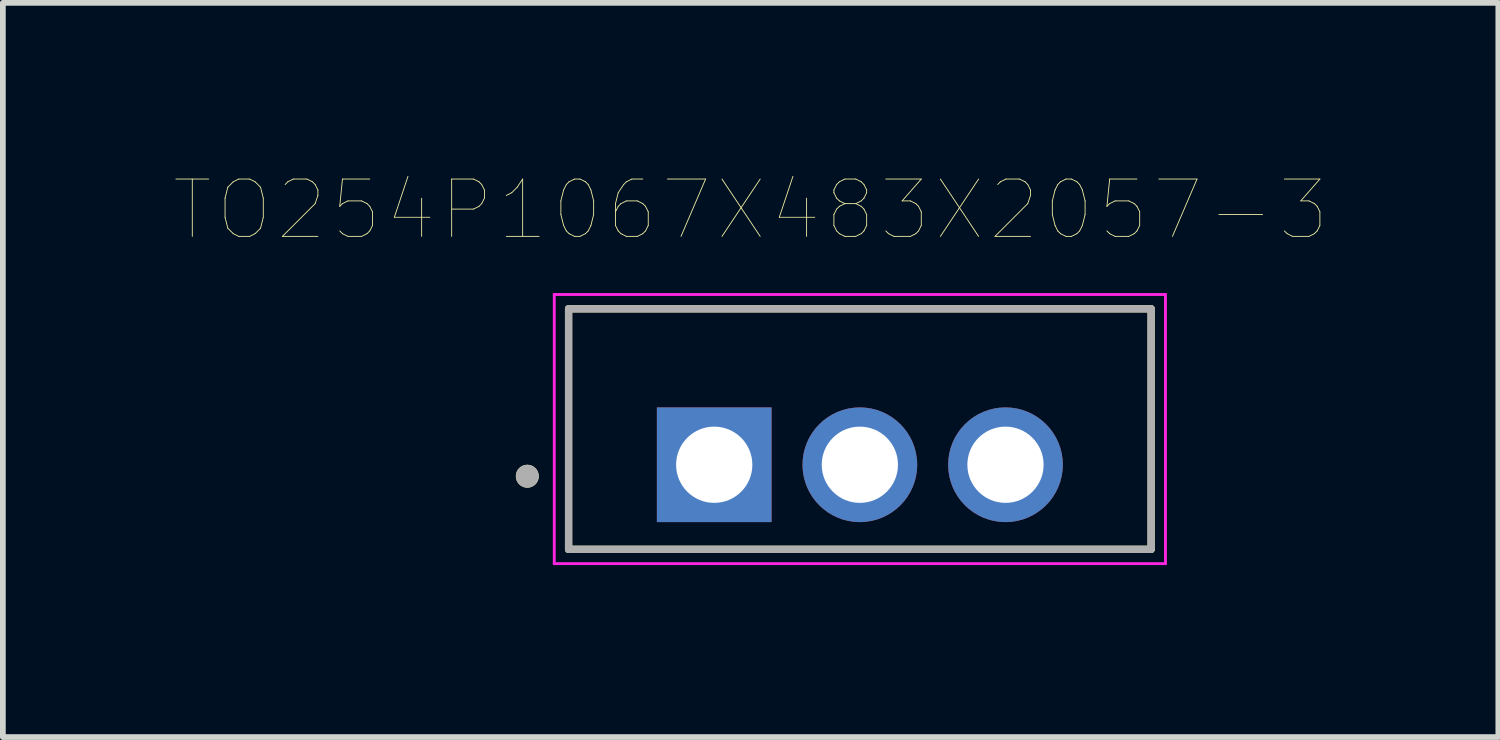
<source format=kicad_pcb>
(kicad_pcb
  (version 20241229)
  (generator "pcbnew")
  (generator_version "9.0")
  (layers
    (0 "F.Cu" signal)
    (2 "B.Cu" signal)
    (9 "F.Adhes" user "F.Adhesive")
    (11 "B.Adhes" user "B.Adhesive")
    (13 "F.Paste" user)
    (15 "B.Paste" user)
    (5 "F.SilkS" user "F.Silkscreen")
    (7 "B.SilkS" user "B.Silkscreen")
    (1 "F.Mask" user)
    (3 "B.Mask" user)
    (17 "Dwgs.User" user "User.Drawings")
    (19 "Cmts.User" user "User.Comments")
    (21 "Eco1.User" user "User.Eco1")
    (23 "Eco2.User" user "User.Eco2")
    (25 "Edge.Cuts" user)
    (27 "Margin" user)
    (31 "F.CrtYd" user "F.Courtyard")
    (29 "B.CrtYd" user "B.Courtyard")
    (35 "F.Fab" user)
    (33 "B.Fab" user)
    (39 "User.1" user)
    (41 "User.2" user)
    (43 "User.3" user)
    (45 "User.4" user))
  (footprint "TO254P1067X483X2057-3"
    (layer "F.Cu")
    (at 11.947 5.056)
    (property "Reference" "TO254P1067X483X2057-3" (at -1.905 -4.445 0) (layer "F.SilkS") (effects (font (size 1 1) (thickness 0.015))))
    (attr through_hole)
    (fp_line (start -5.08 -2.72) (end 5.08 -2.72) (stroke (width 0.127) (type solid)) (layer "F.SilkS"))
    (fp_line (start -5.08 1.475) (end -5.08 -2.72) (stroke (width 0.127) (type solid)) (layer "F.SilkS"))
    (fp_line (start 5.08 -2.72) (end 5.08 1.475) (stroke (width 0.127) (type solid)) (layer "F.SilkS"))
    (fp_line (start 5.08 1.475) (end -5.08 1.475) (stroke (width 0.127) (type solid)) (layer "F.SilkS"))
    (fp_circle (center -5.8 0.2) (end -5.7 0.2) (stroke (width 0.2) (type solid)) (fill no) (layer "F.SilkS"))
    (fp_line (start -5.33 -2.97) (end 5.33 -2.97) (stroke (width 0.05) (type solid)) (layer "F.CrtYd"))
    (fp_line (start -5.33 1.725) (end -5.33 -2.97) (stroke (width 0.05) (type solid)) (layer "F.CrtYd"))
    (fp_line (start 5.33 -2.97) (end 5.33 1.725) (stroke (width 0.05) (type solid)) (layer "F.CrtYd"))
    (fp_line (start 5.33 1.725) (end -5.33 1.725) (stroke (width 0.05) (type solid)) (layer "F.CrtYd"))
    (fp_line (start -5.08 -2.72) (end 5.08 -2.72) (stroke (width 0.127) (type solid)) (layer "F.Fab"))
    (fp_line (start -5.08 1.475) (end -5.08 -2.72) (stroke (width 0.127) (type solid)) (layer "F.Fab"))
    (fp_line (start 5.08 -2.72) (end 5.08 1.475) (stroke (width 0.127) (type solid)) (layer "F.Fab"))
    (fp_line (start 5.08 1.475) (end -5.08 1.475) (stroke (width 0.127) (type solid)) (layer "F.Fab"))
    (fp_circle (center -5.8 0.2) (end -5.7 0.2) (stroke (width 0.2) (type solid)) (fill no) (layer "F.Fab"))
    (pad "1" thru_hole rect (at -2.54 0) (size 2 2) (drill 1.33) (layers "*.Cu" "*.Mask"))
    (pad "2" thru_hole circle (at 0 0) (size 2 2) (drill 1.33) (layers "*.Cu" "*.Mask"))
    (pad "3" thru_hole circle (at 2.54 0) (size 2 2) (drill 1.33) (layers "*.Cu" "*.Mask")))
  (gr_rect
    (start -3 -3)
    (end 23.083 9.806)
    (stroke (width 0.1) (type default))
    (fill no)
    (layer "Edge.Cuts")))
</source>
